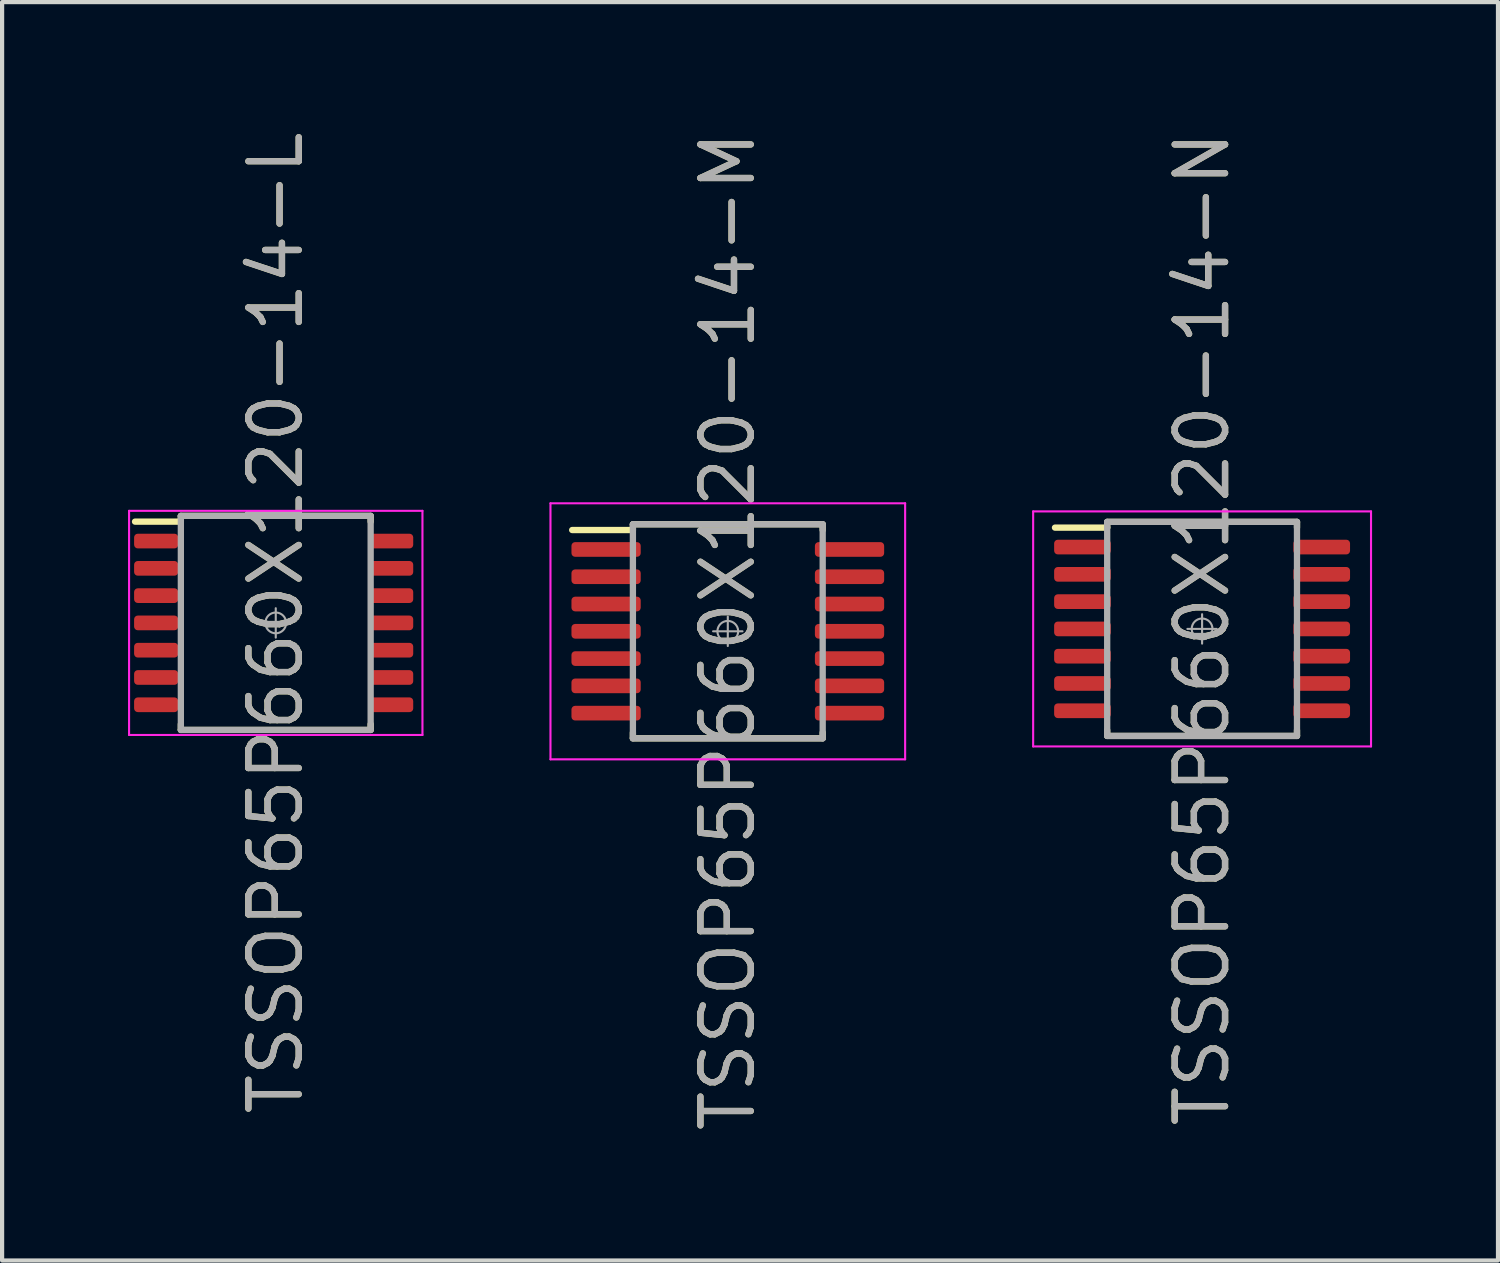
<source format=kicad_pcb>
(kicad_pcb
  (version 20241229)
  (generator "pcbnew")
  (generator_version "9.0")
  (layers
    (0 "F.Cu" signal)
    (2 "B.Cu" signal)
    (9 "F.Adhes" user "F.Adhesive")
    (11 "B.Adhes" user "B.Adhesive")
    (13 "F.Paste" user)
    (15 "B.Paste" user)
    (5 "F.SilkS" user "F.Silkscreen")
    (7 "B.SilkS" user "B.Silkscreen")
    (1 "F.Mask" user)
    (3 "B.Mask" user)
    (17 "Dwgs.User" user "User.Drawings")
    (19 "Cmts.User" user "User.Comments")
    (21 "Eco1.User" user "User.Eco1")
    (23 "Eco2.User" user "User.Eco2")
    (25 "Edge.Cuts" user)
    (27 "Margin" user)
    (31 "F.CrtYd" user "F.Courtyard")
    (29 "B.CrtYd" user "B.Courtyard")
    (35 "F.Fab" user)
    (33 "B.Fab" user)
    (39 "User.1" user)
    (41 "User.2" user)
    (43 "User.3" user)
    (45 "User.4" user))
  (footprint "TSSOP65P660X120-14-L"
    (layer "F.Cu")
    (at 3.52 11.791)
    (property "Reference" "TSSOP65P660X120-14-L" (at 0 0 90) (layer "F.SilkS") (effects (font (size 1.2 1.2) (thickness 0.15))))
    (attr through_hole)
    (fp_line (start -3.353 -2.413) (end -2.261 -2.413) (stroke (width 0.15) (type solid)) (layer "F.SilkS"))
    (fp_line (start -2.261 -2.55) (end 2.261 -2.55) (stroke (width 0.15) (type solid)) (layer "F.SilkS"))
    (fp_line (start -2.261 -2.54) (end -2.261 -2.413) (stroke (width 0.15) (type solid)) (layer "F.SilkS"))
    (fp_line (start -2.261 2.413) (end -2.261 2.54) (stroke (width 0.15) (type solid)) (layer "F.SilkS"))
    (fp_line (start 2.261 -2.54) (end 2.261 -2.413) (stroke (width 0.15) (type solid)) (layer "F.SilkS"))
    (fp_line (start 2.261 2.54) (end 2.261 2.413) (stroke (width 0.15) (type solid)) (layer "F.SilkS"))
    (fp_line (start 2.261 2.55) (end -2.261 2.55) (stroke (width 0.15) (type solid)) (layer "F.SilkS"))
    (fp_line (start -3.495 -2.67) (end 3.495 -2.67) (stroke (width 0.05) (type solid)) (layer "F.CrtYd"))
    (fp_line (start -3.495 2.67) (end -3.495 -2.67) (stroke (width 0.05) (type solid)) (layer "F.CrtYd"))
    (fp_line (start 3.495 -2.67) (end 3.495 2.67) (stroke (width 0.05) (type solid)) (layer "F.CrtYd"))
    (fp_line (start 3.495 2.67) (end -3.495 2.67) (stroke (width 0.05) (type solid)) (layer "F.CrtYd"))
    (fp_line (start -2.261 -2.55) (end -2.261 2.55) (stroke (width 0.15) (type solid)) (layer "F.Fab"))
    (fp_line (start -2.261 -2.55) (end 2.261 -2.55) (stroke (width 0.15) (type solid)) (layer "F.Fab"))
    (fp_line (start -0.35 0) (end 0.35 0) (stroke (width 0.05) (type solid)) (layer "F.Fab"))
    (fp_line (start 0 -0.35) (end 0 0.35) (stroke (width 0.05) (type solid)) (layer "F.Fab"))
    (fp_line (start 2.261 -2.55) (end 2.261 2.55) (stroke (width 0.15) (type solid)) (layer "F.Fab"))
    (fp_line (start 2.261 2.55) (end -2.261 2.55) (stroke (width 0.15) (type solid)) (layer "F.Fab"))
    (fp_circle (center 0 0) (end 0.175 0.175) (stroke (width 0.05) (type solid)) (fill no) (layer "F.Fab"))
    (fp_text user "${REFERENCE}" (at 0 0 90) (layer "F.Fab") (effects (font (size 1.2 1.2) (thickness 0.15))))
    (pad "1" smd roundrect (at -2.85 -1.95) (size 1.05 0.35) (layers "F.Cu" "F.Mask" "F.Paste") (roundrect_rratio 0.25))
    (pad "2" smd roundrect (at -2.85 -1.3) (size 1.05 0.35) (layers "F.Cu" "F.Mask" "F.Paste") (roundrect_rratio 0.25))
    (pad "3" smd roundrect (at -2.85 -0.65) (size 1.05 0.35) (layers "F.Cu" "F.Mask" "F.Paste") (roundrect_rratio 0.25))
    (pad "4" smd roundrect (at -2.85 0) (size 1.05 0.35) (layers "F.Cu" "F.Mask" "F.Paste") (roundrect_rratio 0.25))
    (pad "5" smd roundrect (at -2.85 0.65) (size 1.05 0.35) (layers "F.Cu" "F.Mask" "F.Paste") (roundrect_rratio 0.25))
    (pad "6" smd roundrect (at -2.85 1.3) (size 1.05 0.35) (layers "F.Cu" "F.Mask" "F.Paste") (roundrect_rratio 0.25))
    (pad "7" smd roundrect (at -2.85 1.95) (size 1.05 0.35) (layers "F.Cu" "F.Mask" "F.Paste") (roundrect_rratio 0.25))
    (pad "8" smd roundrect (at 2.75 1.95) (size 1.05 0.35) (layers "F.Cu" "F.Mask" "F.Paste") (roundrect_rratio 0.25))
    (pad "9" smd roundrect (at 2.75 1.3) (size 1.05 0.35) (layers "F.Cu" "F.Mask" "F.Paste") (roundrect_rratio 0.25))
    (pad "10" smd roundrect (at 2.75 0.65) (size 1.05 0.35) (layers "F.Cu" "F.Mask" "F.Paste") (roundrect_rratio 0.25))
    (pad "11" smd roundrect (at 2.75 0) (size 1.05 0.35) (layers "F.Cu" "F.Mask" "F.Paste") (roundrect_rratio 0.25))
    (pad "12" smd roundrect (at 2.75 -0.65) (size 1.05 0.35) (layers "F.Cu" "F.Mask" "F.Paste") (roundrect_rratio 0.25))
    (pad "13" smd roundrect (at 2.75 -1.3) (size 1.05 0.35) (layers "F.Cu" "F.Mask" "F.Paste") (roundrect_rratio 0.25))
    (pad "14" smd roundrect (at 2.75 -1.95) (size 1.05 0.35) (layers "F.Cu" "F.Mask" "F.Paste") (roundrect_rratio 0.25)))
  (footprint "TSSOP65P660X120-14-N"
    (layer "F.Cu")
    (at 25.59 11.934)
    (property "Reference" "TSSOP65P660X120-14-N" (at 0 0 90) (layer "F.SilkS") (effects (font (size 1.2 1.2) (thickness 0.15))))
    (attr through_hole)
    (fp_line (start -3.505 -2.413) (end -2.261 -2.413) (stroke (width 0.15) (type solid)) (layer "F.SilkS"))
    (fp_line (start -2.261 -2.55) (end 2.261 -2.55) (stroke (width 0.15) (type solid)) (layer "F.SilkS"))
    (fp_line (start -2.261 -2.54) (end -2.261 -2.413) (stroke (width 0.15) (type solid)) (layer "F.SilkS"))
    (fp_line (start -2.261 2.413) (end -2.261 2.54) (stroke (width 0.15) (type solid)) (layer "F.SilkS"))
    (fp_line (start 2.261 -2.54) (end 2.261 -2.413) (stroke (width 0.15) (type solid)) (layer "F.SilkS"))
    (fp_line (start 2.261 2.54) (end 2.261 2.413) (stroke (width 0.15) (type solid)) (layer "F.SilkS"))
    (fp_line (start 2.261 2.55) (end -2.261 2.55) (stroke (width 0.15) (type solid)) (layer "F.SilkS"))
    (fp_line (start -4.025 -2.8) (end 4.025 -2.8) (stroke (width 0.05) (type solid)) (layer "F.CrtYd"))
    (fp_line (start -4.025 2.8) (end -4.025 -2.8) (stroke (width 0.05) (type solid)) (layer "F.CrtYd"))
    (fp_line (start 4.025 -2.8) (end 4.025 2.8) (stroke (width 0.05) (type solid)) (layer "F.CrtYd"))
    (fp_line (start 4.025 2.8) (end -4.025 2.8) (stroke (width 0.05) (type solid)) (layer "F.CrtYd"))
    (fp_line (start -2.261 -2.55) (end -2.261 2.55) (stroke (width 0.15) (type solid)) (layer "F.Fab"))
    (fp_line (start -2.261 -2.55) (end 2.261 -2.55) (stroke (width 0.15) (type solid)) (layer "F.Fab"))
    (fp_line (start -0.35 0) (end 0.35 0) (stroke (width 0.05) (type solid)) (layer "F.Fab"))
    (fp_line (start 0 -0.35) (end 0 0.35) (stroke (width 0.05) (type solid)) (layer "F.Fab"))
    (fp_line (start 2.261 -2.55) (end 2.261 2.55) (stroke (width 0.15) (type solid)) (layer "F.Fab"))
    (fp_line (start 2.261 2.55) (end -2.261 2.55) (stroke (width 0.15) (type solid)) (layer "F.Fab"))
    (fp_circle (center 0 0) (end 0.175 0.175) (stroke (width 0.05) (type solid)) (fill no) (layer "F.Fab"))
    (fp_text user "${REFERENCE}" (at 0 0 90) (layer "F.Fab") (effects (font (size 1.2 1.2) (thickness 0.15))))
    (pad "1" smd roundrect (at -2.85 -1.95) (size 1.35 0.35) (layers "F.Cu" "F.Mask" "F.Paste") (roundrect_rratio 0.25))
    (pad "2" smd roundrect (at -2.85 -1.3) (size 1.35 0.35) (layers "F.Cu" "F.Mask" "F.Paste") (roundrect_rratio 0.25))
    (pad "3" smd roundrect (at -2.85 -0.65) (size 1.35 0.35) (layers "F.Cu" "F.Mask" "F.Paste") (roundrect_rratio 0.25))
    (pad "4" smd roundrect (at -2.85 0) (size 1.35 0.35) (layers "F.Cu" "F.Mask" "F.Paste") (roundrect_rratio 0.25))
    (pad "5" smd roundrect (at -2.85 0.65) (size 1.35 0.35) (layers "F.Cu" "F.Mask" "F.Paste") (roundrect_rratio 0.25))
    (pad "6" smd roundrect (at -2.85 1.3) (size 1.35 0.35) (layers "F.Cu" "F.Mask" "F.Paste") (roundrect_rratio 0.25))
    (pad "7" smd roundrect (at -2.85 1.95) (size 1.35 0.35) (layers "F.Cu" "F.Mask" "F.Paste") (roundrect_rratio 0.25))
    (pad "8" smd roundrect (at 2.85 1.95) (size 1.35 0.35) (layers "F.Cu" "F.Mask" "F.Paste") (roundrect_rratio 0.25))
    (pad "9" smd roundrect (at 2.85 1.3) (size 1.35 0.35) (layers "F.Cu" "F.Mask" "F.Paste") (roundrect_rratio 0.25))
    (pad "10" smd roundrect (at 2.85 0.65) (size 1.35 0.35) (layers "F.Cu" "F.Mask" "F.Paste") (roundrect_rratio 0.25))
    (pad "11" smd roundrect (at 2.85 0) (size 1.35 0.35) (layers "F.Cu" "F.Mask" "F.Paste") (roundrect_rratio 0.25))
    (pad "12" smd roundrect (at 2.85 -0.65) (size 1.35 0.35) (layers "F.Cu" "F.Mask" "F.Paste") (roundrect_rratio 0.25))
    (pad "13" smd roundrect (at 2.85 -1.3) (size 1.35 0.35) (layers "F.Cu" "F.Mask" "F.Paste") (roundrect_rratio 0.25))
    (pad "14" smd roundrect (at 2.85 -1.95) (size 1.35 0.35) (layers "F.Cu" "F.Mask" "F.Paste") (roundrect_rratio 0.25)))
  (footprint "TSSOP65P660X120-14-M"
    (layer "F.Cu")
    (at 14.29 11.991)
    (property "Reference" "TSSOP65P660X120-14-M" (at 0 0 90) (layer "F.SilkS") (effects (font (size 1.2 1.2) (thickness 0.15))))
    (attr through_hole)
    (fp_line (start -3.708 -2.413) (end -2.261 -2.413) (stroke (width 0.15) (type solid)) (layer "F.SilkS"))
    (fp_line (start -2.261 -2.55) (end 2.261 -2.55) (stroke (width 0.15) (type solid)) (layer "F.SilkS"))
    (fp_line (start -2.261 -2.54) (end -2.261 -2.413) (stroke (width 0.15) (type solid)) (layer "F.SilkS"))
    (fp_line (start -2.261 2.413) (end -2.261 2.54) (stroke (width 0.15) (type solid)) (layer "F.SilkS"))
    (fp_line (start 2.261 -2.54) (end 2.261 -2.413) (stroke (width 0.15) (type solid)) (layer "F.SilkS"))
    (fp_line (start 2.261 2.54) (end 2.261 2.413) (stroke (width 0.15) (type solid)) (layer "F.SilkS"))
    (fp_line (start 2.261 2.55) (end -2.261 2.55) (stroke (width 0.15) (type solid)) (layer "F.SilkS"))
    (fp_line (start -4.225 -3.05) (end 4.225 -3.05) (stroke (width 0.05) (type solid)) (layer "F.CrtYd"))
    (fp_line (start -4.225 3.05) (end -4.225 -3.05) (stroke (width 0.05) (type solid)) (layer "F.CrtYd"))
    (fp_line (start 4.225 -3.05) (end 4.225 3.05) (stroke (width 0.05) (type solid)) (layer "F.CrtYd"))
    (fp_line (start 4.225 3.05) (end -4.225 3.05) (stroke (width 0.05) (type solid)) (layer "F.CrtYd"))
    (fp_line (start -2.261 -2.55) (end -2.261 2.55) (stroke (width 0.15) (type solid)) (layer "F.Fab"))
    (fp_line (start -2.261 -2.55) (end 2.261 -2.55) (stroke (width 0.15) (type solid)) (layer "F.Fab"))
    (fp_line (start -0.35 0) (end 0.35 0) (stroke (width 0.05) (type solid)) (layer "F.Fab"))
    (fp_line (start 0 -0.35) (end 0 0.35) (stroke (width 0.05) (type solid)) (layer "F.Fab"))
    (fp_line (start 2.261 -2.55) (end 2.261 2.55) (stroke (width 0.15) (type solid)) (layer "F.Fab"))
    (fp_line (start 2.261 2.55) (end -2.261 2.55) (stroke (width 0.15) (type solid)) (layer "F.Fab"))
    (fp_circle (center 0 0) (end 0.175 0.175) (stroke (width 0.05) (type solid)) (fill no) (layer "F.Fab"))
    (fp_text user "${REFERENCE}" (at 0 0 90) (layer "F.Fab") (effects (font (size 1.2 1.2) (thickness 0.15))))
    (pad "1" smd roundrect (at -2.9 -1.95) (size 1.65 0.35) (layers "F.Cu" "F.Mask" "F.Paste") (roundrect_rratio 0.25))
    (pad "2" smd roundrect (at -2.9 -1.3) (size 1.65 0.35) (layers "F.Cu" "F.Mask" "F.Paste") (roundrect_rratio 0.25))
    (pad "3" smd roundrect (at -2.9 -0.65) (size 1.65 0.35) (layers "F.Cu" "F.Mask" "F.Paste") (roundrect_rratio 0.25))
    (pad "4" smd roundrect (at -2.9 0) (size 1.65 0.35) (layers "F.Cu" "F.Mask" "F.Paste") (roundrect_rratio 0.25))
    (pad "5" smd roundrect (at -2.9 0.65) (size 1.65 0.35) (layers "F.Cu" "F.Mask" "F.Paste") (roundrect_rratio 0.25))
    (pad "6" smd roundrect (at -2.9 1.3) (size 1.65 0.35) (layers "F.Cu" "F.Mask" "F.Paste") (roundrect_rratio 0.25))
    (pad "7" smd roundrect (at -2.9 1.95) (size 1.65 0.35) (layers "F.Cu" "F.Mask" "F.Paste") (roundrect_rratio 0.25))
    (pad "8" smd roundrect (at 2.9 1.95) (size 1.65 0.35) (layers "F.Cu" "F.Mask" "F.Paste") (roundrect_rratio 0.25))
    (pad "9" smd roundrect (at 2.9 1.3) (size 1.65 0.35) (layers "F.Cu" "F.Mask" "F.Paste") (roundrect_rratio 0.25))
    (pad "10" smd roundrect (at 2.9 0.65) (size 1.65 0.35) (layers "F.Cu" "F.Mask" "F.Paste") (roundrect_rratio 0.25))
    (pad "11" smd roundrect (at 2.9 0) (size 1.65 0.35) (layers "F.Cu" "F.Mask" "F.Paste") (roundrect_rratio 0.25))
    (pad "12" smd roundrect (at 2.9 -0.65) (size 1.65 0.35) (layers "F.Cu" "F.Mask" "F.Paste") (roundrect_rratio 0.25))
    (pad "13" smd roundrect (at 2.9 -1.3) (size 1.65 0.35) (layers "F.Cu" "F.Mask" "F.Paste") (roundrect_rratio 0.25))
    (pad "14" smd roundrect (at 2.9 -1.95) (size 1.65 0.35) (layers "F.Cu" "F.Mask" "F.Paste") (roundrect_rratio 0.25)))
  (gr_rect
    (start -3 -3)
    (end 32.64 26.981)
    (stroke (width 0.1) (type default))
    (fill no)
    (layer "Edge.Cuts")))
</source>
